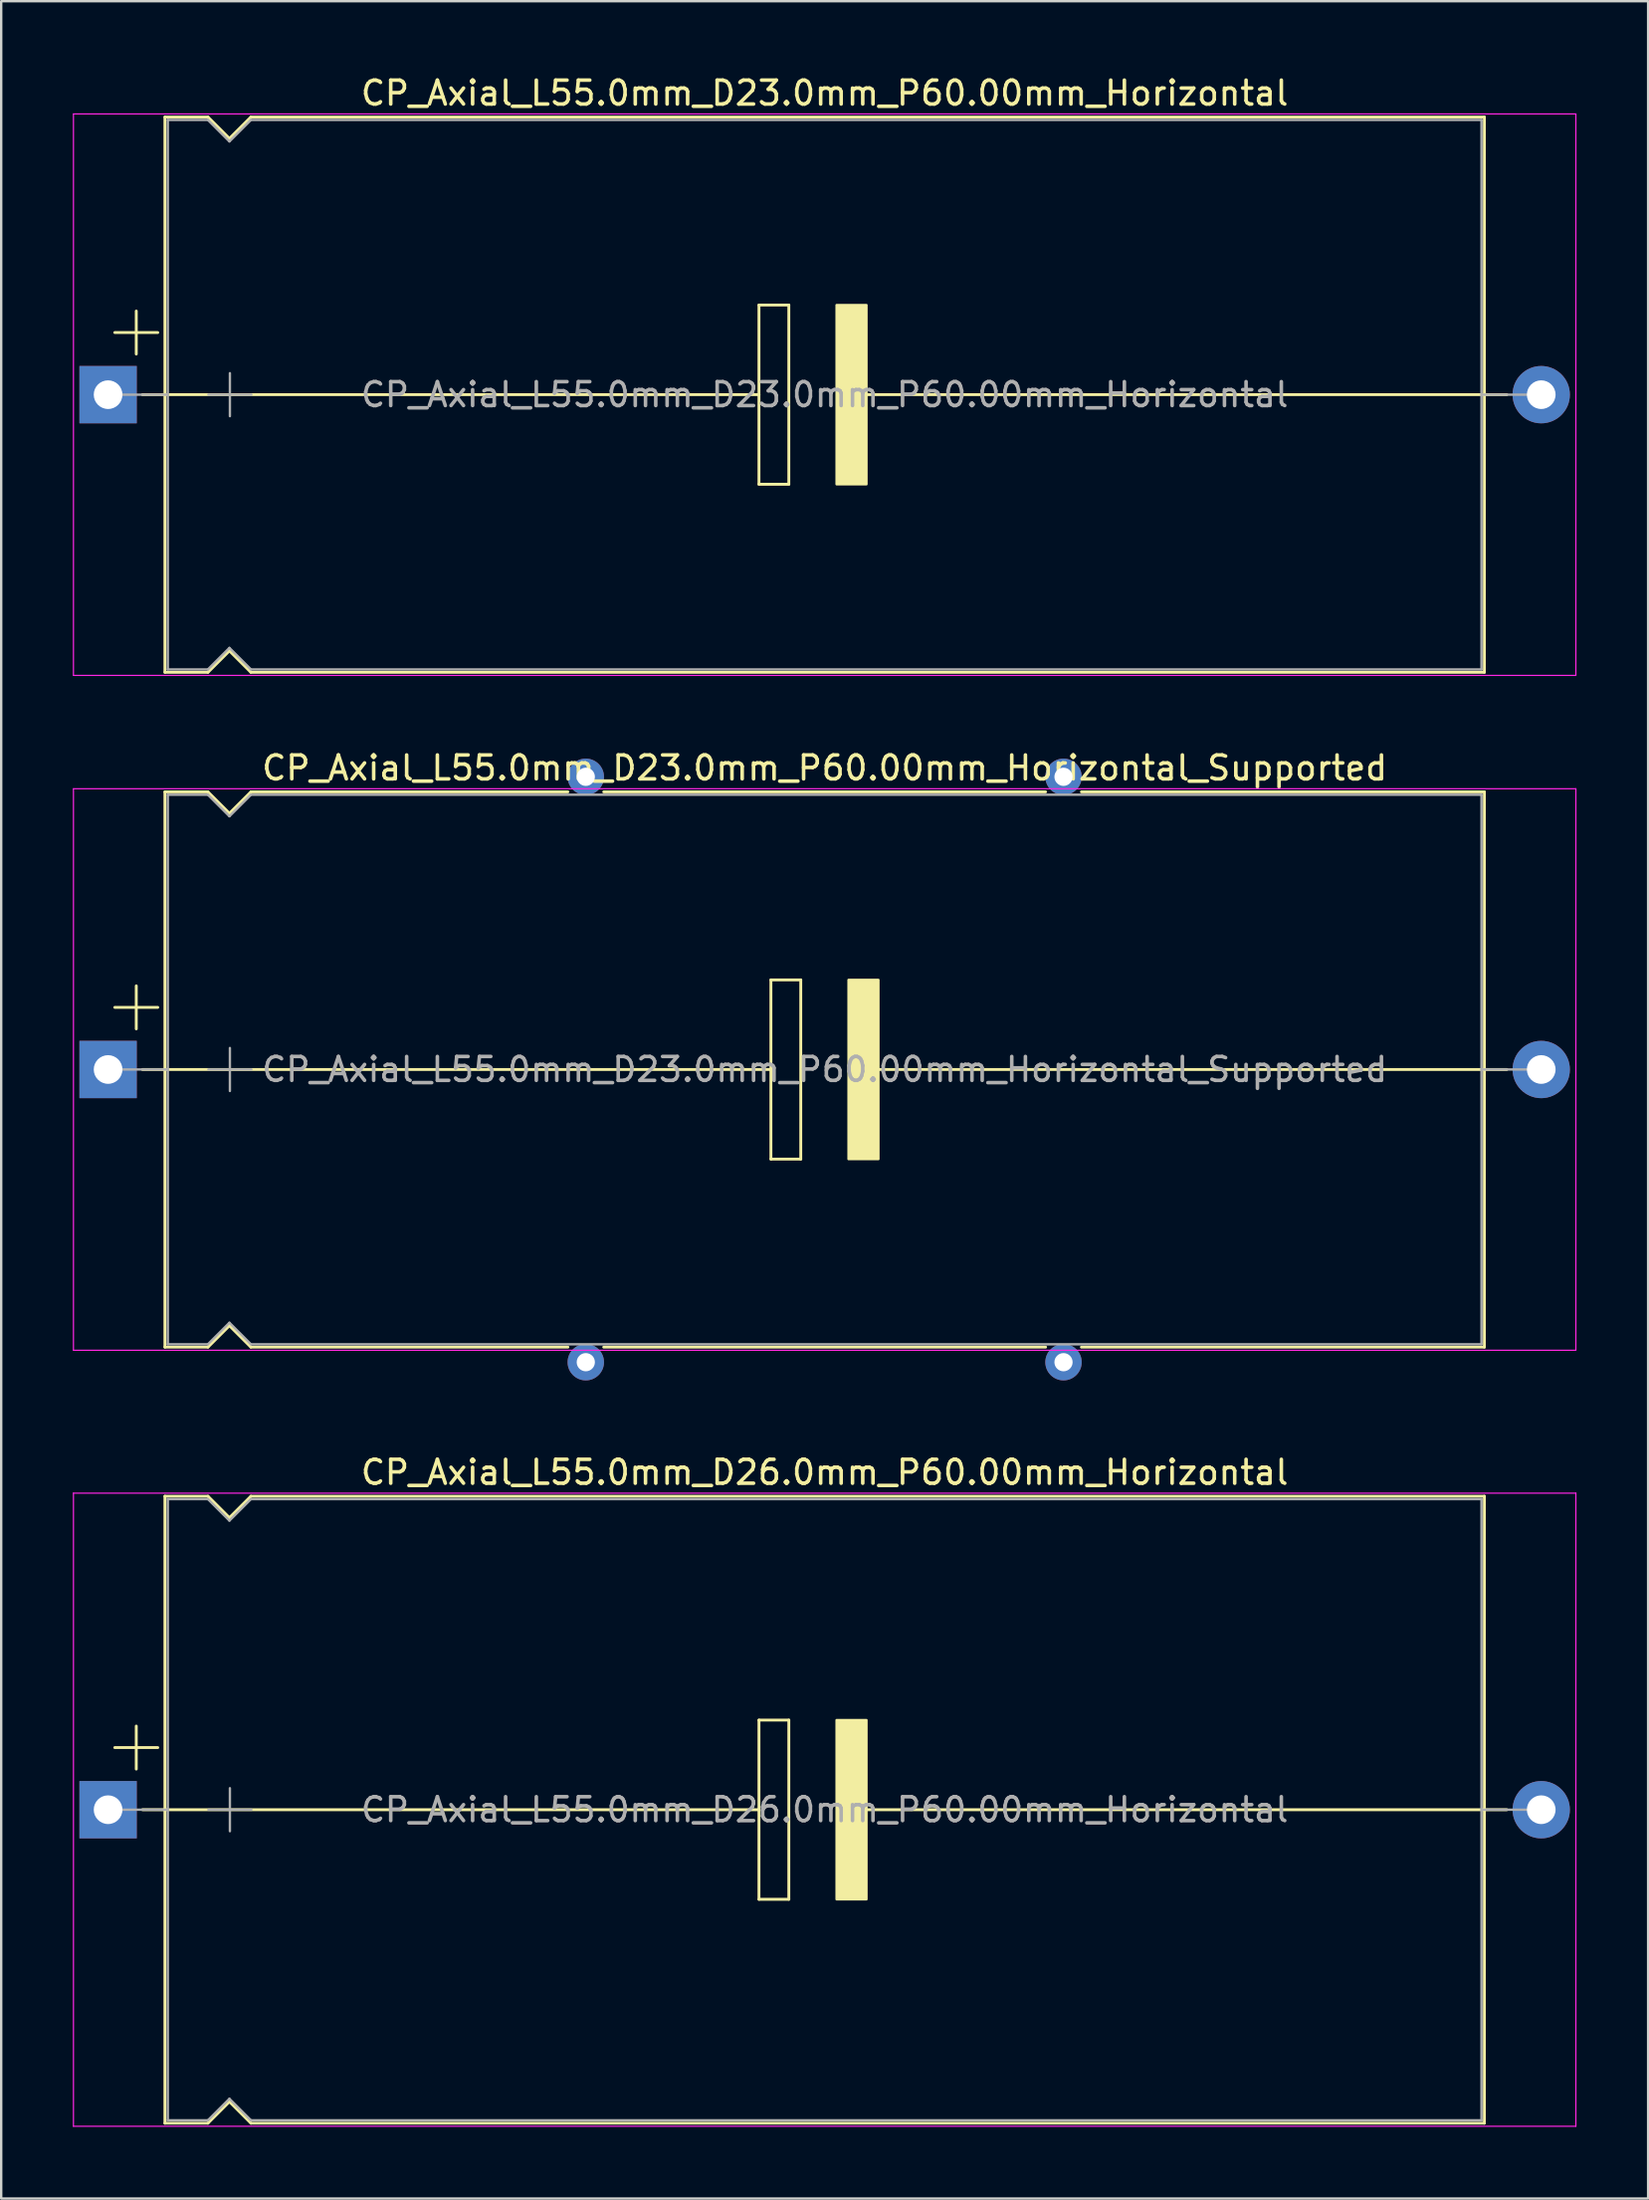
<source format=kicad_pcb>
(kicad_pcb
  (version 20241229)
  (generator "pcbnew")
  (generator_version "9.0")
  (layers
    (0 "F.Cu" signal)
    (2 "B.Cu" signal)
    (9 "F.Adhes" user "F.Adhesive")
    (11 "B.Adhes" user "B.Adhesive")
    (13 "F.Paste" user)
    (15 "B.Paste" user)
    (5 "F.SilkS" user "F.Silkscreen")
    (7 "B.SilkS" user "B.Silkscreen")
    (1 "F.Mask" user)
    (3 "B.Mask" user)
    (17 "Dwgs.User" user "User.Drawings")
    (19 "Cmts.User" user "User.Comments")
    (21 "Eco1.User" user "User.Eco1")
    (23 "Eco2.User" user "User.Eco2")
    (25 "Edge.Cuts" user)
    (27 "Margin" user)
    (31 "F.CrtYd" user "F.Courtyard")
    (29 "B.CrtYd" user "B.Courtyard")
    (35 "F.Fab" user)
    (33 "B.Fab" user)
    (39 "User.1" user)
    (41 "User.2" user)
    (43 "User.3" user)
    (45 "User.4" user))
  (footprint "CP_Axial_L55.0mm_D26.0mm_P60.00mm_Horizontal"
    (layer "F.Cu")
    (at 1.475 72.692)
    (property "Reference" "CP_Axial_L55.0mm_D26.0mm_P60.00mm_Horizontal" (at 30 -14.12 0) (layer "F.SilkS") (effects (font (size 1 1) (thickness 0.15))))
    (attr through_hole)
    (fp_line (start 0.28 -2.6) (end 2.08 -2.6) (stroke (width 0.12) (type solid)) (layer "F.SilkS"))
    (fp_line (start 1.18 -3.5) (end 1.18 -1.7) (stroke (width 0.12) (type solid)) (layer "F.SilkS"))
    (fp_line (start 1.44 0) (end 2.38 0) (stroke (width 0.12) (type solid)) (layer "F.SilkS"))
    (fp_line (start 2.38 -13.12) (end 2.38 13.12) (stroke (width 0.12) (type solid)) (layer "F.SilkS"))
    (fp_line (start 2.38 -13.12) (end 4.18 -13.12) (stroke (width 0.12) (type solid)) (layer "F.SilkS"))
    (fp_line (start 2.38 0) (end 27.25 0) (stroke (width 0.12) (type solid)) (layer "F.SilkS"))
    (fp_line (start 2.38 13.12) (end 4.18 13.12) (stroke (width 0.12) (type solid)) (layer "F.SilkS"))
    (fp_line (start 4.18 -13.12) (end 5.08 -12.22) (stroke (width 0.12) (type solid)) (layer "F.SilkS"))
    (fp_line (start 4.18 13.12) (end 5.08 12.22) (stroke (width 0.12) (type solid)) (layer "F.SilkS"))
    (fp_line (start 5.08 -12.22) (end 5.98 -13.12) (stroke (width 0.12) (type solid)) (layer "F.SilkS"))
    (fp_line (start 5.08 12.22) (end 5.98 13.12) (stroke (width 0.12) (type solid)) (layer "F.SilkS"))
    (fp_line (start 5.98 -13.12) (end 57.62 -13.12) (stroke (width 0.12) (type solid)) (layer "F.SilkS"))
    (fp_line (start 5.98 13.12) (end 57.62 13.12) (stroke (width 0.12) (type solid)) (layer "F.SilkS"))
    (fp_line (start 27.25 -3.75) (end 28.5 -3.75) (stroke (width 0.12) (type solid)) (layer "F.SilkS"))
    (fp_line (start 27.25 0) (end 27.25 -3.75) (stroke (width 0.12) (type solid)) (layer "F.SilkS"))
    (fp_line (start 27.25 3.75) (end 27.25 0) (stroke (width 0.12) (type solid)) (layer "F.SilkS"))
    (fp_line (start 28.5 -3.75) (end 28.5 3.75) (stroke (width 0.12) (type solid)) (layer "F.SilkS"))
    (fp_line (start 28.5 3.75) (end 27.25 3.75) (stroke (width 0.12) (type solid)) (layer "F.SilkS"))
    (fp_line (start 31.75 0) (end 57.62 0) (stroke (width 0.12) (type solid)) (layer "F.SilkS"))
    (fp_line (start 57.62 -13.12) (end 57.62 13.12) (stroke (width 0.12) (type solid)) (layer "F.SilkS"))
    (fp_line (start 58.56 0) (end 57.62 0) (stroke (width 0.12) (type solid)) (layer "F.SilkS"))
    (fp_poly (pts (xy 31.75 3.75) (xy 30.5 3.75) (xy 30.5 -3.75) (xy 31.75 -3.75)) (stroke (width 0.1) (type solid)) (fill yes) (layer "F.SilkS"))
    (fp_line (start -1.45 -13.25) (end -1.45 13.25) (stroke (width 0.05) (type solid)) (layer "F.CrtYd"))
    (fp_line (start -1.45 13.25) (end 61.45 13.25) (stroke (width 0.05) (type solid)) (layer "F.CrtYd"))
    (fp_line (start 61.45 -13.25) (end -1.45 -13.25) (stroke (width 0.05) (type solid)) (layer "F.CrtYd"))
    (fp_line (start 61.45 13.25) (end 61.45 -13.25) (stroke (width 0.05) (type solid)) (layer "F.CrtYd"))
    (fp_line (start 0 0) (end 2.5 0) (stroke (width 0.1) (type solid)) (layer "F.Fab"))
    (fp_line (start 2.5 -13) (end 2.5 13) (stroke (width 0.1) (type solid)) (layer "F.Fab"))
    (fp_line (start 2.5 -13) (end 4.18 -13) (stroke (width 0.1) (type solid)) (layer "F.Fab"))
    (fp_line (start 2.5 13) (end 4.18 13) (stroke (width 0.1) (type solid)) (layer "F.Fab"))
    (fp_line (start 4.18 -13) (end 5.08 -12.1) (stroke (width 0.1) (type solid)) (layer "F.Fab"))
    (fp_line (start 4.18 13) (end 5.08 12.1) (stroke (width 0.1) (type solid)) (layer "F.Fab"))
    (fp_line (start 4.2 0) (end 6 0) (stroke (width 0.1) (type solid)) (layer "F.Fab"))
    (fp_line (start 5.08 -12.1) (end 5.98 -13) (stroke (width 0.1) (type solid)) (layer "F.Fab"))
    (fp_line (start 5.08 12.1) (end 5.98 13) (stroke (width 0.1) (type solid)) (layer "F.Fab"))
    (fp_line (start 5.1 -0.9) (end 5.1 0.9) (stroke (width 0.1) (type solid)) (layer "F.Fab"))
    (fp_line (start 5.98 -13) (end 57.5 -13) (stroke (width 0.1) (type solid)) (layer "F.Fab"))
    (fp_line (start 5.98 13) (end 57.5 13) (stroke (width 0.1) (type solid)) (layer "F.Fab"))
    (fp_line (start 57.5 -13) (end 57.5 13) (stroke (width 0.1) (type solid)) (layer "F.Fab"))
    (fp_line (start 60 0) (end 57.5 0) (stroke (width 0.1) (type solid)) (layer "F.Fab"))
    (fp_text user "${REFERENCE}" (at 30 0 0) (layer "F.Fab") (effects (font (size 1 1) (thickness 0.15))))
    (pad "1" thru_hole rect (at 0 0) (size 2.4 2.4) (drill 1.2) (layers "*.Cu" "*.Mask"))
    (pad "2" thru_hole oval (at 60 0) (size 2.4 2.4) (drill 1.2) (layers "*.Cu" "*.Mask")))
  (footprint "CP_Axial_L55.0mm_D23.0mm_P60.00mm_Horizontal_Supported"
    (layer "F.Cu")
    (at 1.475 41.712)
    (property "Reference" "CP_Axial_L55.0mm_D23.0mm_P60.00mm_Horizontal_Supported" (at 30 -12.62 0) (layer "F.SilkS") (effects (font (size 1 1) (thickness 0.15))))
    (attr through_hole)
    (fp_line (start 0.28 -2.6) (end 2.08 -2.6) (stroke (width 0.12) (type solid)) (layer "F.SilkS"))
    (fp_line (start 1.18 -3.5) (end 1.18 -1.7) (stroke (width 0.12) (type solid)) (layer "F.SilkS"))
    (fp_line (start 1.44 0) (end 2.38 0) (stroke (width 0.12) (type solid)) (layer "F.SilkS"))
    (fp_line (start 2.38 -11.62) (end 2.38 11.62) (stroke (width 0.12) (type solid)) (layer "F.SilkS"))
    (fp_line (start 2.38 -11.62) (end 4.18 -11.62) (stroke (width 0.12) (type solid)) (layer "F.SilkS"))
    (fp_line (start 2.38 0) (end 27.75 0) (stroke (width 0.12) (type solid)) (layer "F.SilkS"))
    (fp_line (start 2.38 11.62) (end 4.18 11.62) (stroke (width 0.12) (type solid)) (layer "F.SilkS"))
    (fp_line (start 4.18 -11.62) (end 5.08 -10.72) (stroke (width 0.12) (type solid)) (layer "F.SilkS"))
    (fp_line (start 4.18 11.62) (end 5.08 10.72) (stroke (width 0.12) (type solid)) (layer "F.SilkS"))
    (fp_line (start 5.08 -10.72) (end 5.98 -11.62) (stroke (width 0.12) (type solid)) (layer "F.SilkS"))
    (fp_line (start 5.08 10.72) (end 5.98 11.62) (stroke (width 0.12) (type solid)) (layer "F.SilkS"))
    (fp_line (start 5.98 -11.62) (end 19.25 -11.62) (stroke (width 0.12) (type solid)) (layer "F.SilkS"))
    (fp_line (start 5.98 11.62) (end 19.25 11.62) (stroke (width 0.12) (type solid)) (layer "F.SilkS"))
    (fp_line (start 20.75 -11.62) (end 39.25 -11.62) (stroke (width 0.12) (type solid)) (layer "F.SilkS"))
    (fp_line (start 20.75 11.62) (end 39.25 11.62) (stroke (width 0.12) (type solid)) (layer "F.SilkS"))
    (fp_line (start 27.75 -3.75) (end 29 -3.75) (stroke (width 0.12) (type solid)) (layer "F.SilkS"))
    (fp_line (start 27.75 0) (end 27.75 -3.75) (stroke (width 0.12) (type solid)) (layer "F.SilkS"))
    (fp_line (start 27.75 3.75) (end 27.75 0) (stroke (width 0.12) (type solid)) (layer "F.SilkS"))
    (fp_line (start 29 -3.75) (end 29 3.75) (stroke (width 0.12) (type solid)) (layer "F.SilkS"))
    (fp_line (start 29 3.75) (end 27.75 3.75) (stroke (width 0.12) (type solid)) (layer "F.SilkS"))
    (fp_line (start 31.75 0) (end 57.62 0) (stroke (width 0.12) (type solid)) (layer "F.SilkS"))
    (fp_line (start 40.75 -11.62) (end 57.62 -11.62) (stroke (width 0.12) (type solid)) (layer "F.SilkS"))
    (fp_line (start 40.75 11.62) (end 57.62 11.62) (stroke (width 0.12) (type solid)) (layer "F.SilkS"))
    (fp_line (start 57.62 -11.62) (end 57.62 11.62) (stroke (width 0.12) (type solid)) (layer "F.SilkS"))
    (fp_line (start 58.56 0) (end 57.62 0) (stroke (width 0.12) (type solid)) (layer "F.SilkS"))
    (fp_poly (pts (xy 32.25 3.75) (xy 31 3.75) (xy 31 -3.75) (xy 32.25 -3.75)) (stroke (width 0.1) (type solid)) (fill yes) (layer "F.SilkS"))
    (fp_line (start -1.45 -11.75) (end -1.45 11.75) (stroke (width 0.05) (type solid)) (layer "F.CrtYd"))
    (fp_line (start -1.45 11.75) (end 61.45 11.75) (stroke (width 0.05) (type solid)) (layer "F.CrtYd"))
    (fp_line (start 61.45 -11.75) (end -1.45 -11.75) (stroke (width 0.05) (type solid)) (layer "F.CrtYd"))
    (fp_line (start 61.45 11.75) (end 61.45 -11.75) (stroke (width 0.05) (type solid)) (layer "F.CrtYd"))
    (fp_line (start 0 0) (end 2.5 0) (stroke (width 0.1) (type solid)) (layer "F.Fab"))
    (fp_line (start 2.5 -11.5) (end 2.5 11.5) (stroke (width 0.1) (type solid)) (layer "F.Fab"))
    (fp_line (start 2.5 -11.5) (end 4.18 -11.5) (stroke (width 0.1) (type solid)) (layer "F.Fab"))
    (fp_line (start 2.5 11.5) (end 4.18 11.5) (stroke (width 0.1) (type solid)) (layer "F.Fab"))
    (fp_line (start 4.18 -11.5) (end 5.08 -10.6) (stroke (width 0.1) (type solid)) (layer "F.Fab"))
    (fp_line (start 4.18 11.5) (end 5.08 10.6) (stroke (width 0.1) (type solid)) (layer "F.Fab"))
    (fp_line (start 4.2 0) (end 6 0) (stroke (width 0.1) (type solid)) (layer "F.Fab"))
    (fp_line (start 5.08 -10.6) (end 5.98 -11.5) (stroke (width 0.1) (type solid)) (layer "F.Fab"))
    (fp_line (start 5.08 10.6) (end 5.98 11.5) (stroke (width 0.1) (type solid)) (layer "F.Fab"))
    (fp_line (start 5.1 -0.9) (end 5.1 0.9) (stroke (width 0.1) (type solid)) (layer "F.Fab"))
    (fp_line (start 5.98 -11.5) (end 57.5 -11.5) (stroke (width 0.1) (type solid)) (layer "F.Fab"))
    (fp_line (start 5.98 11.5) (end 57.5 11.5) (stroke (width 0.1) (type solid)) (layer "F.Fab"))
    (fp_line (start 57.5 -11.5) (end 57.5 11.5) (stroke (width 0.1) (type solid)) (layer "F.Fab"))
    (fp_line (start 60 0) (end 57.5 0) (stroke (width 0.1) (type solid)) (layer "F.Fab"))
    (fp_text user "${REFERENCE}" (at 30 0 0) (layer "F.Fab") (effects (font (size 1 1) (thickness 0.15))))
    (pad "" thru_hole circle (at 20 -12.25) (size 1.524 1.524) (drill 0.762) (layers "*.Cu" "*.Mask"))
    (pad "" thru_hole circle (at 20 12.25) (size 1.524 1.524) (drill 0.762) (layers "*.Cu" "*.Mask"))
    (pad "" thru_hole circle (at 40 -12.25) (size 1.524 1.524) (drill 0.762) (layers "*.Cu" "*.Mask"))
    (pad "" thru_hole circle (at 40 12.25) (size 1.524 1.524) (drill 0.762) (layers "*.Cu" "*.Mask"))
    (pad "1" thru_hole rect (at 0 0) (size 2.4 2.4) (drill 1.2) (layers "*.Cu" "*.Mask"))
    (pad "2" thru_hole oval (at 60 0) (size 2.4 2.4) (drill 1.2) (layers "*.Cu" "*.Mask")))
  (footprint "CP_Axial_L55.0mm_D23.0mm_P60.00mm_Horizontal"
    (layer "F.Cu")
    (at 1.475 13.468)
    (property "Reference" "CP_Axial_L55.0mm_D23.0mm_P60.00mm_Horizontal" (at 30 -12.62 0) (layer "F.SilkS") (effects (font (size 1 1) (thickness 0.15))))
    (attr through_hole)
    (fp_line (start 0.28 -2.6) (end 2.08 -2.6) (stroke (width 0.12) (type solid)) (layer "F.SilkS"))
    (fp_line (start 1.18 -3.5) (end 1.18 -1.7) (stroke (width 0.12) (type solid)) (layer "F.SilkS"))
    (fp_line (start 1.44 0) (end 2.38 0) (stroke (width 0.12) (type solid)) (layer "F.SilkS"))
    (fp_line (start 2.38 -11.62) (end 2.38 11.62) (stroke (width 0.12) (type solid)) (layer "F.SilkS"))
    (fp_line (start 2.38 -11.62) (end 4.18 -11.62) (stroke (width 0.12) (type solid)) (layer "F.SilkS"))
    (fp_line (start 2.38 0) (end 27.25 0) (stroke (width 0.12) (type solid)) (layer "F.SilkS"))
    (fp_line (start 2.38 11.62) (end 4.18 11.62) (stroke (width 0.12) (type solid)) (layer "F.SilkS"))
    (fp_line (start 4.18 -11.62) (end 5.08 -10.72) (stroke (width 0.12) (type solid)) (layer "F.SilkS"))
    (fp_line (start 4.18 11.62) (end 5.08 10.72) (stroke (width 0.12) (type solid)) (layer "F.SilkS"))
    (fp_line (start 5.08 -10.72) (end 5.98 -11.62) (stroke (width 0.12) (type solid)) (layer "F.SilkS"))
    (fp_line (start 5.08 10.72) (end 5.98 11.62) (stroke (width 0.12) (type solid)) (layer "F.SilkS"))
    (fp_line (start 5.98 -11.62) (end 57.62 -11.62) (stroke (width 0.12) (type solid)) (layer "F.SilkS"))
    (fp_line (start 5.98 11.62) (end 57.62 11.62) (stroke (width 0.12) (type solid)) (layer "F.SilkS"))
    (fp_line (start 27.25 -3.75) (end 28.5 -3.75) (stroke (width 0.12) (type solid)) (layer "F.SilkS"))
    (fp_line (start 27.25 0) (end 27.25 -3.75) (stroke (width 0.12) (type solid)) (layer "F.SilkS"))
    (fp_line (start 27.25 3.75) (end 27.25 0) (stroke (width 0.12) (type solid)) (layer "F.SilkS"))
    (fp_line (start 28.5 -3.75) (end 28.5 3.75) (stroke (width 0.12) (type solid)) (layer "F.SilkS"))
    (fp_line (start 28.5 3.75) (end 27.25 3.75) (stroke (width 0.12) (type solid)) (layer "F.SilkS"))
    (fp_line (start 31.75 0) (end 57.62 0) (stroke (width 0.12) (type solid)) (layer "F.SilkS"))
    (fp_line (start 57.62 -11.62) (end 57.62 11.62) (stroke (width 0.12) (type solid)) (layer "F.SilkS"))
    (fp_line (start 58.56 0) (end 57.62 0) (stroke (width 0.12) (type solid)) (layer "F.SilkS"))
    (fp_poly (pts (xy 31.75 3.75) (xy 30.5 3.75) (xy 30.5 -3.75) (xy 31.75 -3.75)) (stroke (width 0.1) (type solid)) (fill yes) (layer "F.SilkS"))
    (fp_line (start -1.45 -11.75) (end -1.45 11.75) (stroke (width 0.05) (type solid)) (layer "F.CrtYd"))
    (fp_line (start -1.45 11.75) (end 61.45 11.75) (stroke (width 0.05) (type solid)) (layer "F.CrtYd"))
    (fp_line (start 61.45 -11.75) (end -1.45 -11.75) (stroke (width 0.05) (type solid)) (layer "F.CrtYd"))
    (fp_line (start 61.45 11.75) (end 61.45 -11.75) (stroke (width 0.05) (type solid)) (layer "F.CrtYd"))
    (fp_line (start 0 0) (end 2.5 0) (stroke (width 0.1) (type solid)) (layer "F.Fab"))
    (fp_line (start 2.5 -11.5) (end 2.5 11.5) (stroke (width 0.1) (type solid)) (layer "F.Fab"))
    (fp_line (start 2.5 -11.5) (end 4.18 -11.5) (stroke (width 0.1) (type solid)) (layer "F.Fab"))
    (fp_line (start 2.5 11.5) (end 4.18 11.5) (stroke (width 0.1) (type solid)) (layer "F.Fab"))
    (fp_line (start 4.18 -11.5) (end 5.08 -10.6) (stroke (width 0.1) (type solid)) (layer "F.Fab"))
    (fp_line (start 4.18 11.5) (end 5.08 10.6) (stroke (width 0.1) (type solid)) (layer "F.Fab"))
    (fp_line (start 4.2 0) (end 6 0) (stroke (width 0.1) (type solid)) (layer "F.Fab"))
    (fp_line (start 5.08 -10.6) (end 5.98 -11.5) (stroke (width 0.1) (type solid)) (layer "F.Fab"))
    (fp_line (start 5.08 10.6) (end 5.98 11.5) (stroke (width 0.1) (type solid)) (layer "F.Fab"))
    (fp_line (start 5.1 -0.9) (end 5.1 0.9) (stroke (width 0.1) (type solid)) (layer "F.Fab"))
    (fp_line (start 5.98 -11.5) (end 57.5 -11.5) (stroke (width 0.1) (type solid)) (layer "F.Fab"))
    (fp_line (start 5.98 11.5) (end 57.5 11.5) (stroke (width 0.1) (type solid)) (layer "F.Fab"))
    (fp_line (start 57.5 -11.5) (end 57.5 11.5) (stroke (width 0.1) (type solid)) (layer "F.Fab"))
    (fp_line (start 60 0) (end 57.5 0) (stroke (width 0.1) (type solid)) (layer "F.Fab"))
    (fp_text user "${REFERENCE}" (at 30 0 0) (layer "F.Fab") (effects (font (size 1 1) (thickness 0.15))))
    (pad "1" thru_hole rect (at 0 0) (size 2.4 2.4) (drill 1.2) (layers "*.Cu" "*.Mask"))
    (pad "2" thru_hole oval (at 60 0) (size 2.4 2.4) (drill 1.2) (layers "*.Cu" "*.Mask")))
  (gr_rect
    (start -3 -3)
    (end 65.95 88.967)
    (stroke (width 0.1) (type default))
    (fill no)
    (layer "Edge.Cuts")))
</source>
